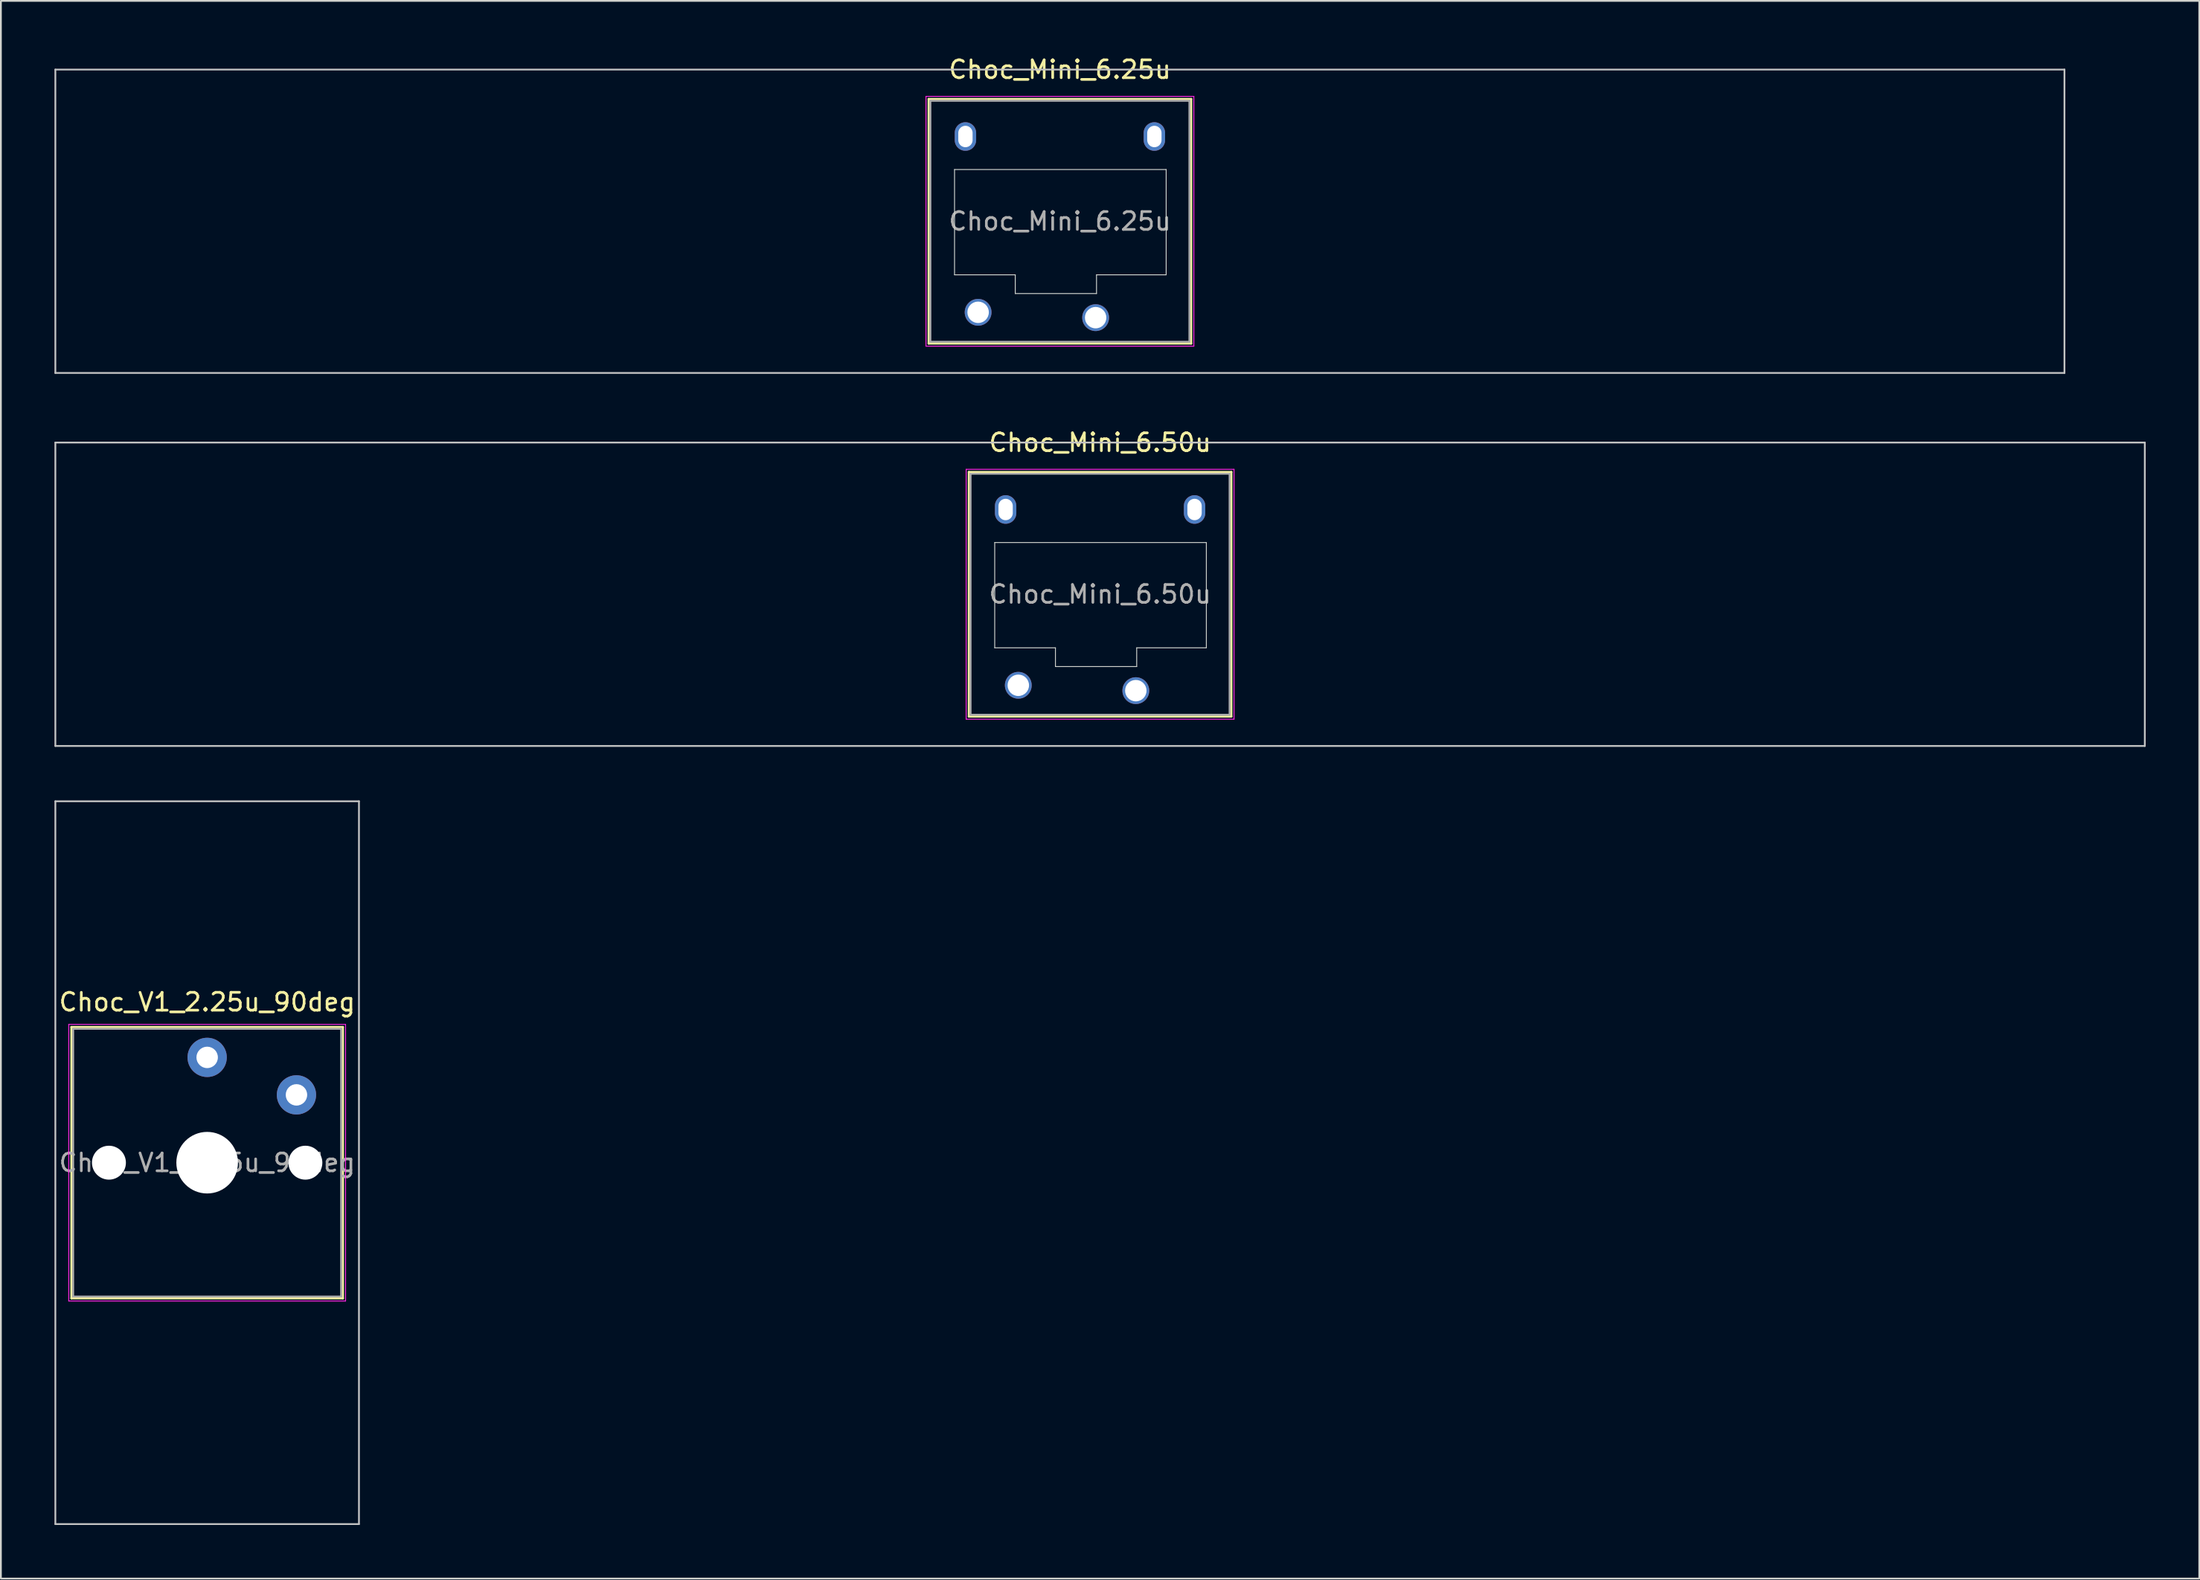
<source format=kicad_pcb>
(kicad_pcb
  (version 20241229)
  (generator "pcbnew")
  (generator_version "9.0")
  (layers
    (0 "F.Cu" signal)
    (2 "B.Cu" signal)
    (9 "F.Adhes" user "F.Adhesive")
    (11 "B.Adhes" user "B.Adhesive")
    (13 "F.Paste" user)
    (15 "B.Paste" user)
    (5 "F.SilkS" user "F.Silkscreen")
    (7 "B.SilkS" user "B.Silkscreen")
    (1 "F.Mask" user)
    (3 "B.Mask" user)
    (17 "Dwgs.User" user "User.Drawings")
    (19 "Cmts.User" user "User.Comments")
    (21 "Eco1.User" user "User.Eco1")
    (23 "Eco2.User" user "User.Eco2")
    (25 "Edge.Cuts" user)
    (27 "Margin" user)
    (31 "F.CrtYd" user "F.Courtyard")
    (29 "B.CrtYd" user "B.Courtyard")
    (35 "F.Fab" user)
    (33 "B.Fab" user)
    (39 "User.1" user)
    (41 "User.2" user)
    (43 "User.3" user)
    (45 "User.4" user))
  (footprint "Choc_Mini_6.25u"
    (layer "F.Cu")
    (at 56.3 9.348)
    (property "Reference" "Choc_Mini_6.25u" (at 0 -8.5 0) (layer "F.SilkS") (effects (font (size 1 1) (thickness 0.15))))
    (attr through_hole)
    (fp_line (start -7.35 -6.85) (end -7.35 6.85) (stroke (width 0.12) (type solid)) (layer "F.SilkS"))
    (fp_line (start -7.35 6.85) (end 7.35 6.85) (stroke (width 0.12) (type solid)) (layer "F.SilkS"))
    (fp_line (start 7.35 -6.85) (end -7.35 -6.85) (stroke (width 0.12) (type solid)) (layer "F.SilkS"))
    (fp_line (start 7.35 6.85) (end 7.35 -6.85) (stroke (width 0.12) (type solid)) (layer "F.SilkS"))
    (fp_line (start -56.25 -8.5) (end -56.25 8.5) (stroke (width 0.1) (type solid)) (layer "Dwgs.User"))
    (fp_line (start -56.25 8.5) (end 56.25 8.5) (stroke (width 0.1) (type solid)) (layer "Dwgs.User"))
    (fp_line (start 56.25 -8.5) (end -56.25 -8.5) (stroke (width 0.1) (type solid)) (layer "Dwgs.User"))
    (fp_line (start 56.25 8.5) (end 56.25 -8.5) (stroke (width 0.1) (type solid)) (layer "Dwgs.User"))
    (fp_line (start -6.85 -6.35) (end -6.85 6.35) (stroke (width 0.1) (type solid)) (layer "Eco1.User"))
    (fp_line (start -6.85 6.35) (end 6.85 6.35) (stroke (width 0.1) (type solid)) (layer "Eco1.User"))
    (fp_line (start 6.85 -6.35) (end -6.85 -6.35) (stroke (width 0.1) (type solid)) (layer "Eco1.User"))
    (fp_line (start 6.85 6.35) (end 6.85 -6.35) (stroke (width 0.1) (type solid)) (layer "Eco1.User"))
    (fp_line (start -5.9 -2.9) (end -5.9 3) (stroke (width 0.05) (type solid)) (layer "Edge.Cuts"))
    (fp_line (start -5.9 3) (end -2.5 3) (stroke (width 0.05) (type solid)) (layer "Edge.Cuts"))
    (fp_line (start -2.5 3) (end -2.5 4.05) (stroke (width 0.05) (type solid)) (layer "Edge.Cuts"))
    (fp_line (start -2.5 4.05) (end 2.05 4.05) (stroke (width 0.05) (type solid)) (layer "Edge.Cuts"))
    (fp_line (start 2.05 3) (end 5.95 3) (stroke (width 0.05) (type solid)) (layer "Edge.Cuts"))
    (fp_line (start 2.05 4.05) (end 2.05 3) (stroke (width 0.05) (type solid)) (layer "Edge.Cuts"))
    (fp_line (start 5.95 -2.9) (end -5.9 -2.9) (stroke (width 0.05) (type solid)) (layer "Edge.Cuts"))
    (fp_line (start 5.95 3) (end 5.95 -2.9) (stroke (width 0.05) (type solid)) (layer "Edge.Cuts"))
    (fp_line (start -7.5 -7) (end -7.5 7) (stroke (width 0.05) (type solid)) (layer "F.CrtYd"))
    (fp_line (start -7.5 7) (end 7.5 7) (stroke (width 0.05) (type solid)) (layer "F.CrtYd"))
    (fp_line (start 7.5 -7) (end -7.5 -7) (stroke (width 0.05) (type solid)) (layer "F.CrtYd"))
    (fp_line (start 7.5 7) (end 7.5 -7) (stroke (width 0.05) (type solid)) (layer "F.CrtYd"))
    (fp_line (start -7.25 -6.75) (end -7.25 6.75) (stroke (width 0.1) (type solid)) (layer "F.Fab"))
    (fp_line (start -7.25 6.75) (end 7.25 6.75) (stroke (width 0.1) (type solid)) (layer "F.Fab"))
    (fp_line (start 7.25 -6.75) (end -7.25 -6.75) (stroke (width 0.1) (type solid)) (layer "F.Fab"))
    (fp_line (start 7.25 6.75) (end 7.25 -6.75) (stroke (width 0.1) (type solid)) (layer "F.Fab"))
    (fp_text user "${REFERENCE}" (at 0 0 0) (layer "F.Fab") (effects (font (size 1 1) (thickness 0.15))))
    (pad "" np_thru_hole oval (at -5.29 -4.75) (size 1.2 1.6) (drill oval 0.8 1.2) (layers "*.Cu" "*.Mask"))
    (pad "" np_thru_hole oval (at 5.29 -4.75) (size 1.2 1.6) (drill oval 0.8 1.2) (layers "*.Cu" "*.Mask"))
    (pad "1" thru_hole circle (at 2 5.4) (size 1.5 1.5) (drill 1.2) (layers "*.Cu" "*.Mask"))
    (pad "2" thru_hole circle (at -4.58 5.1) (size 1.5 1.5) (drill 1.2) (layers "*.Cu" "*.Mask")))
  (footprint "Choc_Mini_6.50u"
    (layer "F.Cu")
    (at 58.55 30.247)
    (property "Reference" "Choc_Mini_6.50u" (at 0 -8.5 0) (layer "F.SilkS") (effects (font (size 1 1) (thickness 0.15))))
    (attr through_hole)
    (fp_line (start -7.35 -6.85) (end -7.35 6.85) (stroke (width 0.12) (type solid)) (layer "F.SilkS"))
    (fp_line (start -7.35 6.85) (end 7.35 6.85) (stroke (width 0.12) (type solid)) (layer "F.SilkS"))
    (fp_line (start 7.35 -6.85) (end -7.35 -6.85) (stroke (width 0.12) (type solid)) (layer "F.SilkS"))
    (fp_line (start 7.35 6.85) (end 7.35 -6.85) (stroke (width 0.12) (type solid)) (layer "F.SilkS"))
    (fp_line (start -58.5 -8.5) (end -58.5 8.5) (stroke (width 0.1) (type solid)) (layer "Dwgs.User"))
    (fp_line (start -58.5 8.5) (end 58.5 8.5) (stroke (width 0.1) (type solid)) (layer "Dwgs.User"))
    (fp_line (start 58.5 -8.5) (end -58.5 -8.5) (stroke (width 0.1) (type solid)) (layer "Dwgs.User"))
    (fp_line (start 58.5 8.5) (end 58.5 -8.5) (stroke (width 0.1) (type solid)) (layer "Dwgs.User"))
    (fp_line (start -6.85 -6.35) (end -6.85 6.35) (stroke (width 0.1) (type solid)) (layer "Eco1.User"))
    (fp_line (start -6.85 6.35) (end 6.85 6.35) (stroke (width 0.1) (type solid)) (layer "Eco1.User"))
    (fp_line (start 6.85 -6.35) (end -6.85 -6.35) (stroke (width 0.1) (type solid)) (layer "Eco1.User"))
    (fp_line (start 6.85 6.35) (end 6.85 -6.35) (stroke (width 0.1) (type solid)) (layer "Eco1.User"))
    (fp_line (start -5.9 -2.9) (end -5.9 3) (stroke (width 0.05) (type solid)) (layer "Edge.Cuts"))
    (fp_line (start -5.9 3) (end -2.5 3) (stroke (width 0.05) (type solid)) (layer "Edge.Cuts"))
    (fp_line (start -2.5 3) (end -2.5 4.05) (stroke (width 0.05) (type solid)) (layer "Edge.Cuts"))
    (fp_line (start -2.5 4.05) (end 2.05 4.05) (stroke (width 0.05) (type solid)) (layer "Edge.Cuts"))
    (fp_line (start 2.05 3) (end 5.95 3) (stroke (width 0.05) (type solid)) (layer "Edge.Cuts"))
    (fp_line (start 2.05 4.05) (end 2.05 3) (stroke (width 0.05) (type solid)) (layer "Edge.Cuts"))
    (fp_line (start 5.95 -2.9) (end -5.9 -2.9) (stroke (width 0.05) (type solid)) (layer "Edge.Cuts"))
    (fp_line (start 5.95 3) (end 5.95 -2.9) (stroke (width 0.05) (type solid)) (layer "Edge.Cuts"))
    (fp_line (start -7.5 -7) (end -7.5 7) (stroke (width 0.05) (type solid)) (layer "F.CrtYd"))
    (fp_line (start -7.5 7) (end 7.5 7) (stroke (width 0.05) (type solid)) (layer "F.CrtYd"))
    (fp_line (start 7.5 -7) (end -7.5 -7) (stroke (width 0.05) (type solid)) (layer "F.CrtYd"))
    (fp_line (start 7.5 7) (end 7.5 -7) (stroke (width 0.05) (type solid)) (layer "F.CrtYd"))
    (fp_line (start -7.25 -6.75) (end -7.25 6.75) (stroke (width 0.1) (type solid)) (layer "F.Fab"))
    (fp_line (start -7.25 6.75) (end 7.25 6.75) (stroke (width 0.1) (type solid)) (layer "F.Fab"))
    (fp_line (start 7.25 -6.75) (end -7.25 -6.75) (stroke (width 0.1) (type solid)) (layer "F.Fab"))
    (fp_line (start 7.25 6.75) (end 7.25 -6.75) (stroke (width 0.1) (type solid)) (layer "F.Fab"))
    (fp_text user "${REFERENCE}" (at 0 0 0) (layer "F.Fab") (effects (font (size 1 1) (thickness 0.15))))
    (pad "" np_thru_hole oval (at -5.29 -4.75) (size 1.2 1.6) (drill oval 0.8 1.2) (layers "*.Cu" "*.Mask"))
    (pad "" np_thru_hole oval (at 5.29 -4.75) (size 1.2 1.6) (drill oval 0.8 1.2) (layers "*.Cu" "*.Mask"))
    (pad "1" thru_hole circle (at 2 5.4) (size 1.5 1.5) (drill 1.2) (layers "*.Cu" "*.Mask"))
    (pad "2" thru_hole circle (at -4.58 5.1) (size 1.5 1.5) (drill 1.2) (layers "*.Cu" "*.Mask")))
  (footprint "Choc_V1_2.25u_90deg"
    (layer "F.Cu")
    (at 8.55 62.096)
    (property "Reference" "Choc_V1_2.25u_90deg" (at 0 -9 0) (layer "F.SilkS") (effects (font (size 1 1) (thickness 0.15))))
    (attr through_hole)
    (fp_line (start -7.6 -7.6) (end -7.6 7.6) (stroke (width 0.12) (type solid)) (layer "F.SilkS"))
    (fp_line (start -7.6 7.6) (end 7.6 7.6) (stroke (width 0.12) (type solid)) (layer "F.SilkS"))
    (fp_line (start 7.6 -7.6) (end -7.6 -7.6) (stroke (width 0.12) (type solid)) (layer "F.SilkS"))
    (fp_line (start 7.6 7.6) (end 7.6 -7.6) (stroke (width 0.12) (type solid)) (layer "F.SilkS"))
    (fp_line (start -8.5 -20.25) (end 8.5 -20.25) (stroke (width 0.1) (type solid)) (layer "Dwgs.User"))
    (fp_line (start -8.5 20.25) (end -8.5 -20.25) (stroke (width 0.1) (type solid)) (layer "Dwgs.User"))
    (fp_line (start 8.5 -20.25) (end 8.5 20.25) (stroke (width 0.1) (type solid)) (layer "Dwgs.User"))
    (fp_line (start 8.5 20.25) (end -8.5 20.25) (stroke (width 0.1) (type solid)) (layer "Dwgs.User"))
    (fp_line (start -7.25 -7.25) (end -7.25 7.25) (stroke (width 0.1) (type solid)) (layer "Eco1.User"))
    (fp_line (start -7.25 7.25) (end 7.25 7.25) (stroke (width 0.1) (type solid)) (layer "Eco1.User"))
    (fp_line (start 7.25 -7.25) (end -7.25 -7.25) (stroke (width 0.1) (type solid)) (layer "Eco1.User"))
    (fp_line (start 7.25 7.25) (end 7.25 -7.25) (stroke (width 0.1) (type solid)) (layer "Eco1.User"))
    (fp_line (start -7.75 -7.75) (end -7.75 7.75) (stroke (width 0.05) (type solid)) (layer "F.CrtYd"))
    (fp_line (start -7.75 7.75) (end 7.75 7.75) (stroke (width 0.05) (type solid)) (layer "F.CrtYd"))
    (fp_line (start 7.75 -7.75) (end -7.75 -7.75) (stroke (width 0.05) (type solid)) (layer "F.CrtYd"))
    (fp_line (start 7.75 7.75) (end 7.75 -7.75) (stroke (width 0.05) (type solid)) (layer "F.CrtYd"))
    (fp_line (start -7.5 -7.5) (end -7.5 7.5) (stroke (width 0.1) (type solid)) (layer "F.Fab"))
    (fp_line (start -7.5 7.5) (end 7.5 7.5) (stroke (width 0.1) (type solid)) (layer "F.Fab"))
    (fp_line (start 7.5 -7.5) (end -7.5 -7.5) (stroke (width 0.1) (type solid)) (layer "F.Fab"))
    (fp_line (start 7.5 7.5) (end 7.5 -7.5) (stroke (width 0.1) (type solid)) (layer "F.Fab"))
    (fp_text user "${REFERENCE}" (at 0 0 0) (layer "F.Fab") (effects (font (size 1 1) (thickness 0.15))))
    (pad "" np_thru_hole circle (at -5.5 0) (size 1.9 1.9) (drill 1.9) (layers "*.Cu" "*.Mask"))
    (pad "" np_thru_hole circle (at 0 0) (size 3.45 3.45) (drill 3.45) (layers "*.Cu" "*.Mask"))
    (pad "" np_thru_hole circle (at 5.5 0) (size 1.9 1.9) (drill 1.9) (layers "*.Cu" "*.Mask"))
    (pad "1" thru_hole circle (at 0 -5.9) (size 2.2 2.2) (drill 1.2) (layers "*.Cu" "*.Mask"))
    (pad "2" thru_hole circle (at 5 -3.8) (size 2.2 2.2) (drill 1.2) (layers "*.Cu" "*.Mask")))
  (gr_rect
    (start -3 -3)
    (end 120.1 85.397)
    (stroke (width 0.1) (type default))
    (fill no)
    (layer "Edge.Cuts")))
</source>
